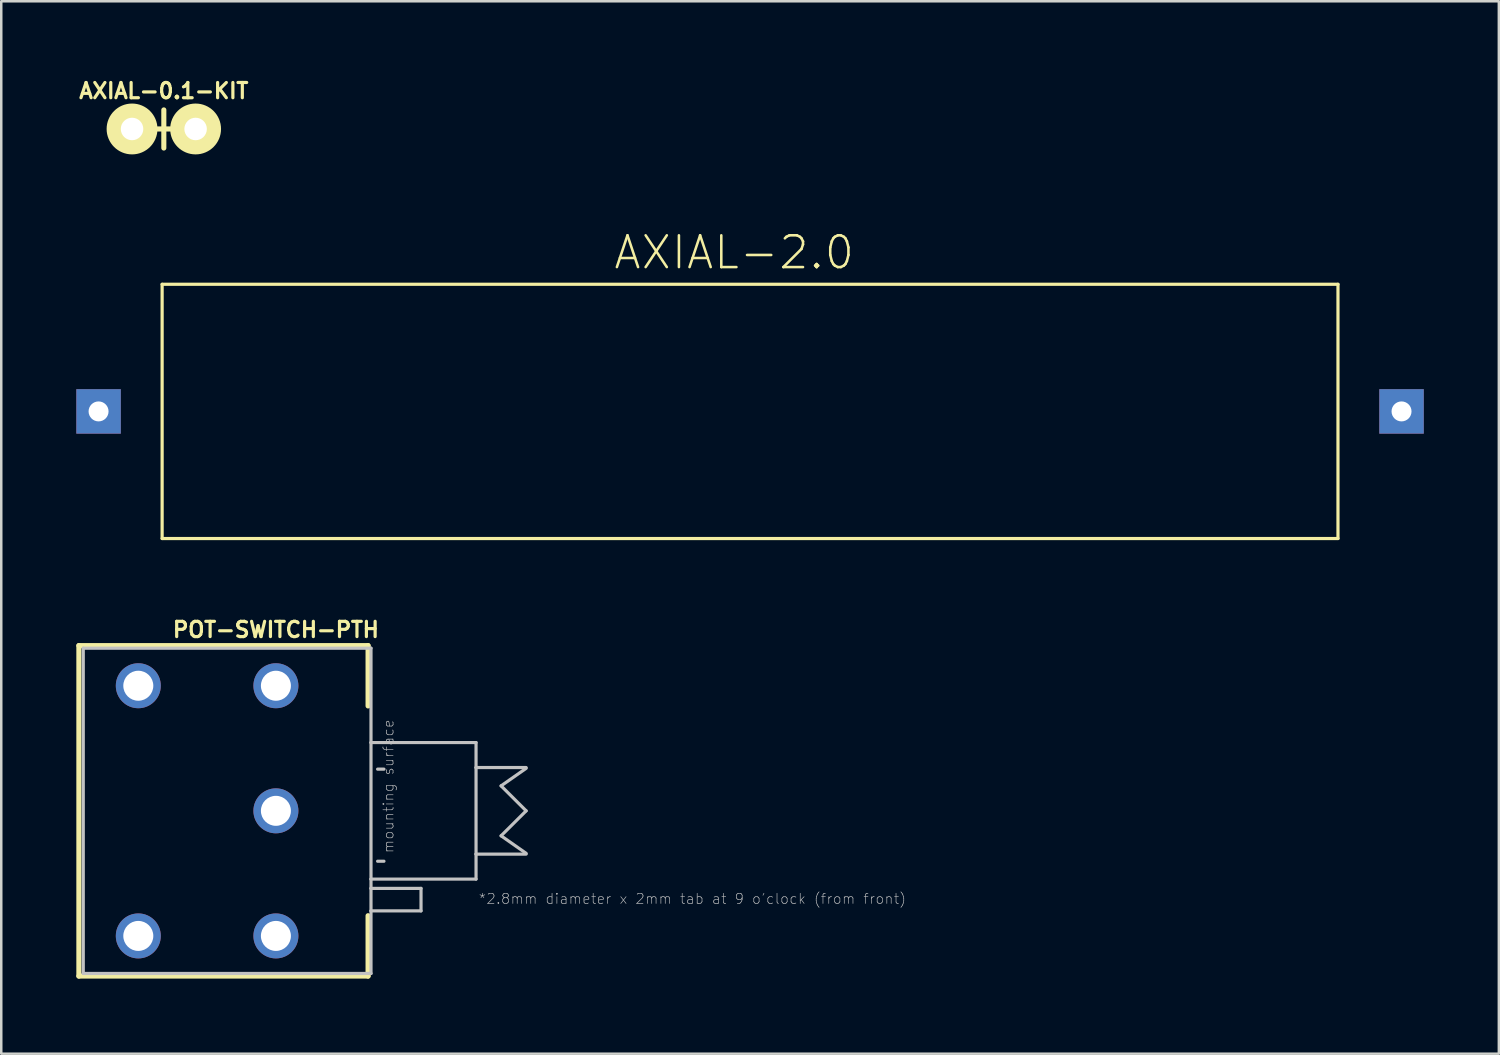
<source format=kicad_pcb>
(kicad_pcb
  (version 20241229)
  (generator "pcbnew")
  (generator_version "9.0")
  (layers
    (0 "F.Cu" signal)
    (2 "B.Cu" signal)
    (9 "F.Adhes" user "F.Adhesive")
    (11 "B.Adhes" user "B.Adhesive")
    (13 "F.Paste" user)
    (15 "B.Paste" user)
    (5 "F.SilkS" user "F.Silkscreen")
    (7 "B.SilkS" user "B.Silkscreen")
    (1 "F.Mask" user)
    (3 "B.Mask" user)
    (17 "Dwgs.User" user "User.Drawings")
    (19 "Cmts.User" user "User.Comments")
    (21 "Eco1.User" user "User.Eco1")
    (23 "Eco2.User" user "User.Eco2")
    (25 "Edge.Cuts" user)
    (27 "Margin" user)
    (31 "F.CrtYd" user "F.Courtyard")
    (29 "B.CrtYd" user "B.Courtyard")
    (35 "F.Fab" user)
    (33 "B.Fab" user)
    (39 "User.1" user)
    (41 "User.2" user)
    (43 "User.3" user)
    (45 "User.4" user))
  (footprint "AXIAL-0.1-KIT"
    (layer "F.Cu")
    (at 3.497 2.104)
    (property "Reference" "AXIAL-0.1-KIT" (at 0 -1.524 0) (layer "F.SilkS") (effects (font (size 0.61 0.61) (thickness 0.127))))
    (attr exclude_from_pos_files exclude_from_bom)
    (fp_line (start 0 0) (end -0.254 0) (stroke (width 0.203) (type solid)) (layer "F.SilkS"))
    (fp_line (start 0 0) (end 0 -0.762) (stroke (width 0.203) (type solid)) (layer "F.SilkS"))
    (fp_line (start 0 0.762) (end 0 0) (stroke (width 0.203) (type solid)) (layer "F.SilkS"))
    (fp_line (start 0.254 0) (end 0 0) (stroke (width 0.203) (type solid)) (layer "F.SilkS"))
    (fp_circle (center -1.27 0) (end -1.27 -1.016) (stroke (width 0) (type solid)) (fill yes) (layer "F.SilkS"))
    (fp_circle (center -1.27 0) (end -1.27 -0.457) (stroke (width 0) (type solid)) (fill yes) (layer "F.SilkS"))
    (fp_circle (center -1.27 0) (end -1.27 -0.457) (stroke (width 0) (type solid)) (fill yes) (layer "F.SilkS"))
    (fp_circle (center 1.27 0) (end 1.27 -1.016) (stroke (width 0) (type solid)) (fill yes) (layer "F.SilkS"))
    (fp_circle (center 1.27 0) (end 1.27 -0.457) (stroke (width 0) (type solid)) (fill yes) (layer "F.SilkS"))
    (pad "P$1" thru_hole circle (at -1.27 0) (size 1.88 1.88) (drill 0.899) (layers "*.Cu" "*.Mask"))
    (pad "P$2" thru_hole circle (at 1.27 0) (size 1.88 1.88) (drill 0.899) (layers "*.Cu" "*.Mask")))
  (footprint "AXIAL-2.0"
    (layer "F.Cu")
    (at 26.289 13.391)
    (property "Reference" "AXIAL-2.0" (at 0 -6.35 0) (layer "F.SilkS") (effects (font (size 1.27 1.27) (thickness 0.102))))
    (attr exclude_from_pos_files exclude_from_bom)
    (fp_line (start -22.86 -5.08) (end 24.13 -5.08) (stroke (width 0.127) (type solid)) (layer "F.SilkS"))
    (fp_line (start -22.86 5.08) (end -22.86 -5.08) (stroke (width 0.127) (type solid)) (layer "F.SilkS"))
    (fp_line (start 24.13 -5.08) (end 24.13 5.08) (stroke (width 0.127) (type solid)) (layer "F.SilkS"))
    (fp_line (start 24.13 5.08) (end -22.86 5.08) (stroke (width 0.127) (type solid)) (layer "F.SilkS"))
    (pad "P$1" thru_hole rect (at -25.4 0) (size 1.778 1.778) (drill 0.798) (layers "*.Cu" "*.Mask"))
    (pad "P$2" thru_hole rect (at 26.67 0) (size 1.778 1.778) (drill 0.798) (layers "*.Cu" "*.Mask")))
  (footprint "POT-SWITCH-PTH"
    (layer "F.Cu")
    (at 7.976 29.353)
    (property "Reference" "POT-SWITCH-PTH" (at 0 -7.239 180) (layer "F.SilkS") (effects (font (size 0.61 0.61) (thickness 0.127))))
    (attr exclude_from_pos_files exclude_from_bom)
    (fp_line (start -7.874 -6.604) (end 3.683 -6.604) (stroke (width 0.203) (type solid)) (layer "F.SilkS"))
    (fp_line (start -7.874 6.604) (end -7.874 -6.604) (stroke (width 0.203) (type solid)) (layer "F.SilkS"))
    (fp_line (start -7.874 6.604) (end 3.683 6.604) (stroke (width 0.203) (type solid)) (layer "F.SilkS"))
    (fp_line (start 3.683 -6.604) (end 3.683 -4.191) (stroke (width 0.203) (type solid)) (layer "F.SilkS"))
    (fp_line (start 3.683 6.604) (end 3.683 4.191) (stroke (width 0.203) (type solid)) (layer "F.SilkS"))
    (fp_line (start -7.699 -6.5) (end -7.699 6.5) (stroke (width 0.127) (type solid)) (layer "Dwgs.User"))
    (fp_line (start -7.699 -6.5) (end 3.8 -6.5) (stroke (width 0.127) (type solid)) (layer "Dwgs.User"))
    (fp_line (start -7.699 6.5) (end 3.8 6.5) (stroke (width 0.127) (type solid)) (layer "Dwgs.User"))
    (fp_line (start 3.8 -6.5) (end 3.8 -2.728) (stroke (width 0.127) (type solid)) (layer "Dwgs.User"))
    (fp_line (start 3.8 -2.728) (end 3.8 2.728) (stroke (width 0.127) (type solid)) (layer "Dwgs.User"))
    (fp_line (start 3.8 -2.728) (end 7.998 -2.728) (stroke (width 0.127) (type solid)) (layer "Dwgs.User"))
    (fp_line (start 3.8 2.728) (end 3.8 3.099) (stroke (width 0.127) (type solid)) (layer "Dwgs.User"))
    (fp_line (start 3.8 3.099) (end 3.8 3.998) (stroke (width 0.127) (type solid)) (layer "Dwgs.User"))
    (fp_line (start 3.8 3.099) (end 5.799 3.099) (stroke (width 0.127) (type solid)) (layer "Dwgs.User"))
    (fp_line (start 3.8 3.998) (end 3.8 6.5) (stroke (width 0.127) (type solid)) (layer "Dwgs.User"))
    (fp_line (start 4.318 -1.666) (end 4.064 -1.666) (stroke (width 0.127) (type solid)) (layer "Dwgs.User"))
    (fp_line (start 4.318 2.014) (end 4.064 2.014) (stroke (width 0.127) (type solid)) (layer "Dwgs.User"))
    (fp_line (start 5.799 3.099) (end 5.799 3.998) (stroke (width 0.127) (type solid)) (layer "Dwgs.User"))
    (fp_line (start 5.799 3.998) (end 3.8 3.998) (stroke (width 0.127) (type solid)) (layer "Dwgs.User"))
    (fp_line (start 7.998 -2.728) (end 7.998 -1.73) (stroke (width 0.127) (type solid)) (layer "Dwgs.User"))
    (fp_line (start 7.998 -1.73) (end 7.998 1.73) (stroke (width 0.127) (type solid)) (layer "Dwgs.User"))
    (fp_line (start 7.998 -1.73) (end 10 -1.73) (stroke (width 0.127) (type solid)) (layer "Dwgs.User"))
    (fp_line (start 7.998 1.73) (end 7.998 2.728) (stroke (width 0.127) (type solid)) (layer "Dwgs.User"))
    (fp_line (start 7.998 2.728) (end 3.8 2.728) (stroke (width 0.127) (type solid)) (layer "Dwgs.User"))
    (fp_line (start 8.999 -0.998) (end 10 0) (stroke (width 0.127) (type solid)) (layer "Dwgs.User"))
    (fp_line (start 8.999 0.998) (end 10 1.699) (stroke (width 0.127) (type solid)) (layer "Dwgs.User"))
    (fp_line (start 10 -1.699) (end 8.999 -0.998) (stroke (width 0.127) (type solid)) (layer "Dwgs.User"))
    (fp_line (start 10 0) (end 8.999 0.998) (stroke (width 0.127) (type solid)) (layer "Dwgs.User"))
    (fp_line (start 10 1.73) (end 7.998 1.73) (stroke (width 0.127) (type solid)) (layer "Dwgs.User"))
    (fp_text user "*2.8mm diameter x 2mm tab at 9 o'clock (from front)" (at 16.642 3.515 0) (layer "Dwgs.User") (effects (font (size 0.406 0.406) (thickness 0.025))))
    (fp_text user "mounting surface" (at 4.496 -0.98 90) (layer "Dwgs.User") (effects (font (size 0.406 0.406) (thickness 0.025))))
    (pad "1" thru_hole circle (at 0 4.999) (size 1.798 1.798) (drill 1.199) (layers "*.Cu" "*.Mask"))
    (pad "2" thru_hole circle (at 0 0) (size 1.798 1.798) (drill 1.199) (layers "*.Cu" "*.Mask"))
    (pad "3" thru_hole circle (at 0 -4.999) (size 1.798 1.798) (drill 1.199) (layers "*.Cu" "*.Mask"))
    (pad "S1" thru_hole circle (at -5.499 -4.999) (size 1.798 1.798) (drill 1.199) (layers "*.Cu" "*.Mask"))
    (pad "S2" thru_hole circle (at -5.499 4.999) (size 1.798 1.798) (drill 1.199) (layers "*.Cu" "*.Mask")))
  (gr_rect
    (start -3 -3)
    (end 56.848 39.058)
    (stroke (width 0.1) (type default))
    (fill no)
    (layer "Edge.Cuts")))
</source>
